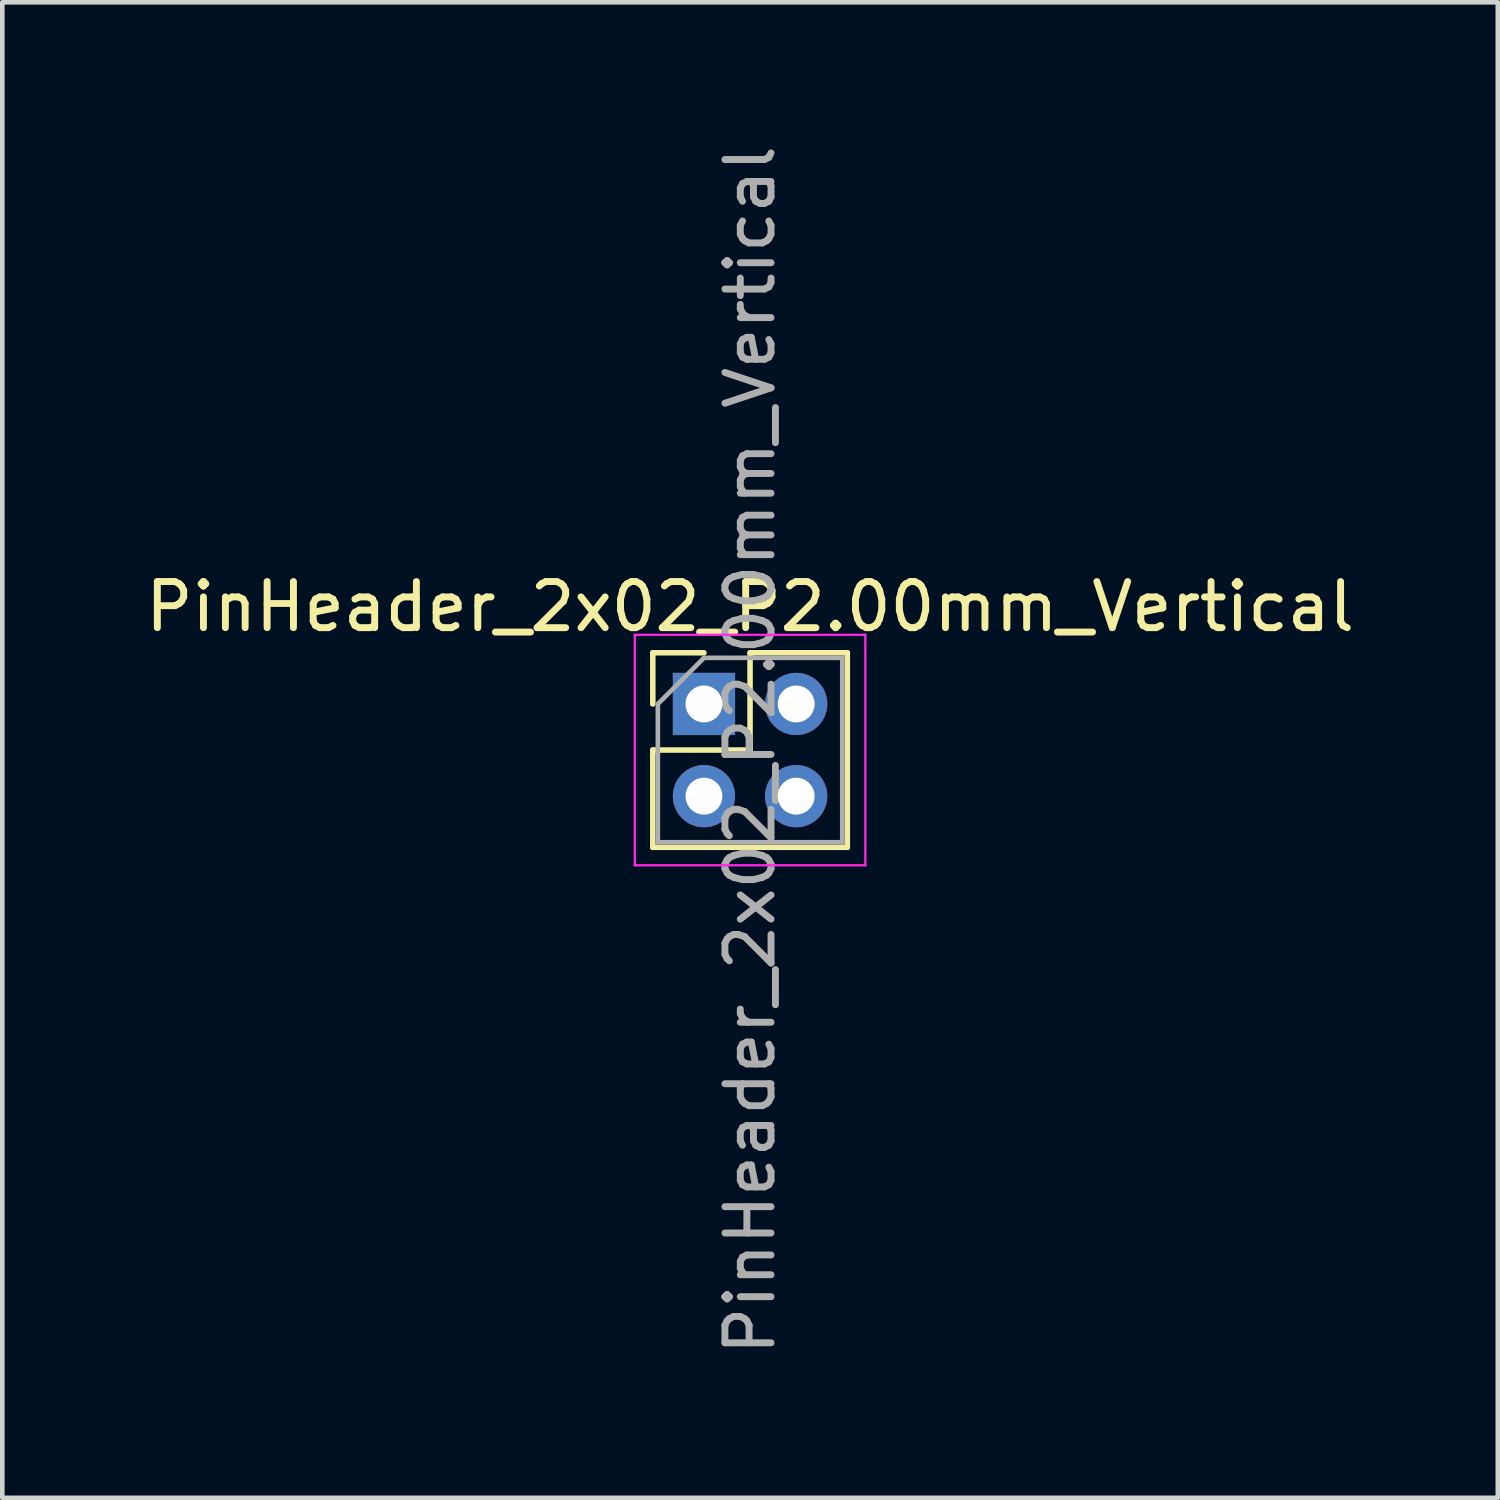
<source format=kicad_pcb>
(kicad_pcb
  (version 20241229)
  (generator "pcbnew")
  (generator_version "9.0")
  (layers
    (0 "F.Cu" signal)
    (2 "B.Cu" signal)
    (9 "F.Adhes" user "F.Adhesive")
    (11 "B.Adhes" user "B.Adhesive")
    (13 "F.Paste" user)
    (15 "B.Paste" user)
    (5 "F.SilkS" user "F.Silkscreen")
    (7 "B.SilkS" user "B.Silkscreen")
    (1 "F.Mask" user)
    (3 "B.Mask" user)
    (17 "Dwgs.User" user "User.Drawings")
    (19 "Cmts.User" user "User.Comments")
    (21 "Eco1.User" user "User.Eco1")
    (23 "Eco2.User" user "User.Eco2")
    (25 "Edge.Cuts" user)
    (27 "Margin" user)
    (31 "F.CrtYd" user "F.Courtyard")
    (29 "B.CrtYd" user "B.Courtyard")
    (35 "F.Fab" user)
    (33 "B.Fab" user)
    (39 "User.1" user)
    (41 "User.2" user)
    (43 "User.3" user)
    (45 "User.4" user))
  (footprint "PinHeader_2x02_P2.00mm_Vertical"
    (layer "F.Cu")
    (at 12.22 12.22)
    (property "Reference" "PinHeader_2x02_P2.00mm_Vertical" (at 1 -2.11 0) (layer "F.SilkS") (effects (font (size 1 1) (thickness 0.15))))
    (attr through_hole)
    (fp_line (start -1.11 -1.11) (end 0 -1.11) (stroke (width 0.12) (type solid)) (layer "F.SilkS"))
    (fp_line (start -1.11 0) (end -1.11 -1.11) (stroke (width 0.12) (type solid)) (layer "F.SilkS"))
    (fp_line (start -1.11 1) (end -1.11 3.11) (stroke (width 0.12) (type solid)) (layer "F.SilkS"))
    (fp_line (start -1.11 1) (end 1 1) (stroke (width 0.12) (type solid)) (layer "F.SilkS"))
    (fp_line (start -1.11 3.11) (end 3.11 3.11) (stroke (width 0.12) (type solid)) (layer "F.SilkS"))
    (fp_line (start 1 -1.11) (end 3.11 -1.11) (stroke (width 0.12) (type solid)) (layer "F.SilkS"))
    (fp_line (start 1 1) (end 1 -1.11) (stroke (width 0.12) (type solid)) (layer "F.SilkS"))
    (fp_line (start 3.11 -1.11) (end 3.11 3.11) (stroke (width 0.12) (type solid)) (layer "F.SilkS"))
    (fp_line (start -1.5 -1.5) (end -1.5 3.5) (stroke (width 0.05) (type solid)) (layer "F.CrtYd"))
    (fp_line (start -1.5 3.5) (end 3.5 3.5) (stroke (width 0.05) (type solid)) (layer "F.CrtYd"))
    (fp_line (start 3.5 -1.5) (end -1.5 -1.5) (stroke (width 0.05) (type solid)) (layer "F.CrtYd"))
    (fp_line (start 3.5 3.5) (end 3.5 -1.5) (stroke (width 0.05) (type solid)) (layer "F.CrtYd"))
    (fp_line (start -1 0) (end 0 -1) (stroke (width 0.1) (type solid)) (layer "F.Fab"))
    (fp_line (start -1 3) (end -1 0) (stroke (width 0.1) (type solid)) (layer "F.Fab"))
    (fp_line (start 0 -1) (end 3 -1) (stroke (width 0.1) (type solid)) (layer "F.Fab"))
    (fp_line (start 3 -1) (end 3 3) (stroke (width 0.1) (type solid)) (layer "F.Fab"))
    (fp_line (start 3 3) (end -1 3) (stroke (width 0.1) (type solid)) (layer "F.Fab"))
    (fp_text user "${REFERENCE}" (at 1 1 90) (layer "F.Fab") (effects (font (size 1 1) (thickness 0.15))))
    (pad "1" thru_hole rect (at 0 0) (size 1.35 1.35) (drill 0.8) (layers "*.Cu" "*.Mask"))
    (pad "2" thru_hole circle (at 2 0) (size 1.35 1.35) (drill 0.8) (layers "*.Cu" "*.Mask"))
    (pad "3" thru_hole circle (at 0 2) (size 1.35 1.35) (drill 0.8) (layers "*.Cu" "*.Mask"))
    (pad "4" thru_hole circle (at 2 2) (size 1.35 1.35) (drill 0.8) (layers "*.Cu" "*.Mask")))
  (gr_rect
    (start -3 -3)
    (end 29.44 29.44)
    (stroke (width 0.1) (type default))
    (fill no)
    (layer "Edge.Cuts")))
</source>
